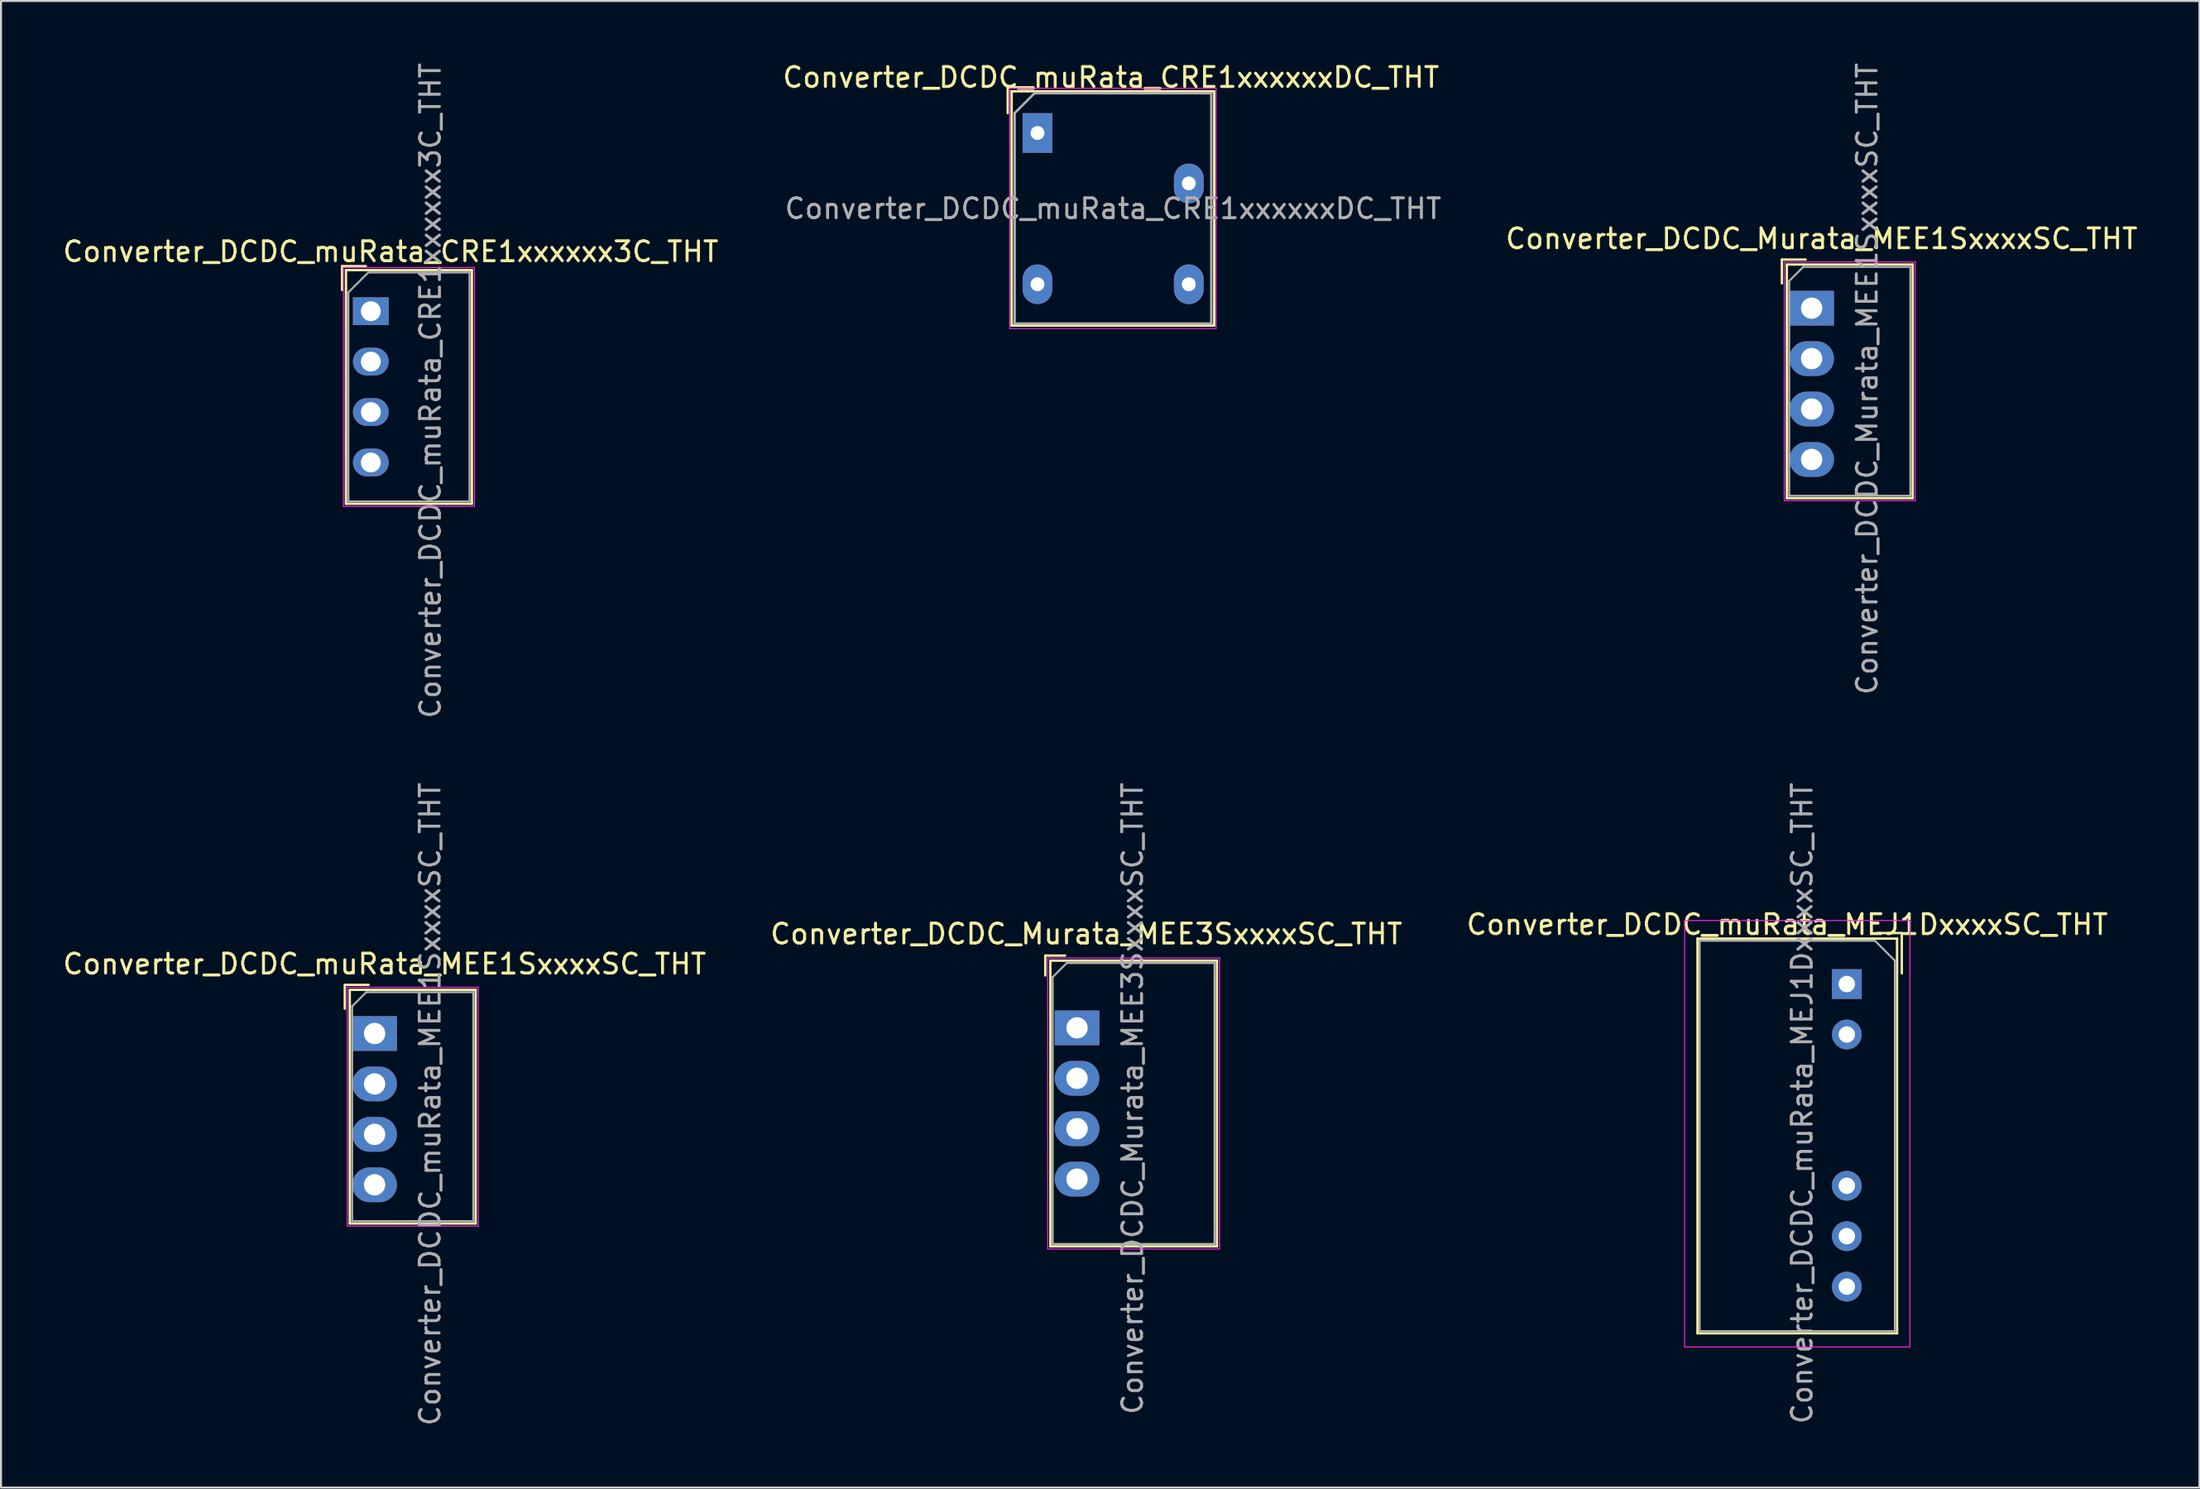
<source format=kicad_pcb>
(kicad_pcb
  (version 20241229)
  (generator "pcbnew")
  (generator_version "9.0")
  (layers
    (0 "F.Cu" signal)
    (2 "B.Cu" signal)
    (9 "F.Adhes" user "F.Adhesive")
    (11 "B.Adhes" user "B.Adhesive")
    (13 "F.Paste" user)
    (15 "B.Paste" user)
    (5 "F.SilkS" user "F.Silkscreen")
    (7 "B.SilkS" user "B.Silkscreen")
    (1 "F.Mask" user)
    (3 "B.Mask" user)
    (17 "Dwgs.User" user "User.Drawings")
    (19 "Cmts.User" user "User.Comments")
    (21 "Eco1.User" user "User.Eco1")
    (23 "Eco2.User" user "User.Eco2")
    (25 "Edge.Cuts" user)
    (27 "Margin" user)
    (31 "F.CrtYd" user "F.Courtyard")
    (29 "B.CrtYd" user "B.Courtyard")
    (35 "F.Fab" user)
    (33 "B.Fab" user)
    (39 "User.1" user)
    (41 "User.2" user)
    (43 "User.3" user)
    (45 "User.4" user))
  (footprint "Converter_DCDC_muRata_CRE1xxxxxx3C_THT"
    (layer "F.Cu")
    (at 15.625 12.625)
    (property "Reference" "Converter_DCDC_muRata_CRE1xxxxxx3C_THT" (at 1 -3 0) (layer "F.SilkS") (effects (font (size 1 1) (thickness 0.15))))
    (attr through_hole)
    (fp_line (start -1.45 -2.27) (end -1.45 -1.07) (stroke (width 0.12) (type solid)) (layer "F.SilkS"))
    (fp_line (start -1.25 -2.07) (end -1.25 9.7) (stroke (width 0.12) (type solid)) (layer "F.SilkS"))
    (fp_line (start -0.25 -2.27) (end -1.45 -2.27) (stroke (width 0.12) (type solid)) (layer "F.SilkS"))
    (fp_line (start 5.09 -2.07) (end -1.25 -2.07) (stroke (width 0.12) (type solid)) (layer "F.SilkS"))
    (fp_line (start 5.09 -2.07) (end 5.09 9.7) (stroke (width 0.12) (type solid)) (layer "F.SilkS"))
    (fp_line (start 5.09 9.7) (end -1.25 9.7) (stroke (width 0.12) (type solid)) (layer "F.SilkS"))
    (fp_line (start -1.38 -2.2) (end -1.38 9.83) (stroke (width 0.05) (type solid)) (layer "F.CrtYd"))
    (fp_line (start 5.22 -2.2) (end -1.38 -2.2) (stroke (width 0.05) (type solid)) (layer "F.CrtYd"))
    (fp_line (start 5.22 -2.2) (end 5.22 9.83) (stroke (width 0.05) (type solid)) (layer "F.CrtYd"))
    (fp_line (start 5.22 9.83) (end -1.38 9.83) (stroke (width 0.05) (type solid)) (layer "F.CrtYd"))
    (fp_line (start -1.13 -0.95) (end -1.13 9.58) (stroke (width 0.1) (type solid)) (layer "F.Fab"))
    (fp_line (start -1.13 9.58) (end 4.97 9.58) (stroke (width 0.1) (type solid)) (layer "F.Fab"))
    (fp_line (start -0.13 -1.95) (end -1.13 -0.95) (stroke (width 0.1) (type solid)) (layer "F.Fab"))
    (fp_line (start -0.13 -1.95) (end 4.97 -1.95) (stroke (width 0.1) (type solid)) (layer "F.Fab"))
    (fp_line (start 4.97 -1.95) (end 4.97 9.58) (stroke (width 0.1) (type solid)) (layer "F.Fab"))
    (fp_text user "${REFERENCE}" (at 3 4 90) (layer "F.Fab") (effects (font (size 1 1) (thickness 0.15))))
    (pad "1" thru_hole rect (at 0 0 270) (size 1.4 1.8) (drill 1) (layers "*.Cu" "*.Mask"))
    (pad "2" thru_hole oval (at 0 2.54 270) (size 1.4 1.8) (drill 1) (layers "*.Cu" "*.Mask"))
    (pad "3" thru_hole oval (at 0 5.08 270) (size 1.4 1.8) (drill 1) (layers "*.Cu" "*.Mask"))
    (pad "4" thru_hole oval (at 0 7.62 270) (size 1.4 1.8) (drill 1) (layers "*.Cu" "*.Mask")))
  (footprint "Converter_DCDC_Murata_MEE3SxxxxSC_THT"
    (layer "F.Cu")
    (at 51.191 48.724)
    (property "Reference" "Converter_DCDC_Murata_MEE3SxxxxSC_THT" (at 0.47 -4.73 180) (layer "F.SilkS") (effects (font (size 1 1) (thickness 0.15))))
    (attr through_hole)
    (fp_line (start -1.6 -3.64) (end -1.6 -2.64) (stroke (width 0.12) (type solid)) (layer "F.SilkS"))
    (fp_line (start -1.345 -3.385) (end -1.345 11.005) (stroke (width 0.12) (type solid)) (layer "F.SilkS"))
    (fp_line (start -0.6 -3.64) (end -1.6 -3.64) (stroke (width 0.12) (type solid)) (layer "F.SilkS"))
    (fp_line (start 7.045 -3.385) (end -1.345 -3.385) (stroke (width 0.12) (type solid)) (layer "F.SilkS"))
    (fp_line (start 7.045 -3.385) (end 7.045 11.005) (stroke (width 0.12) (type solid)) (layer "F.SilkS"))
    (fp_line (start 7.045 11.005) (end -1.345 11.005) (stroke (width 0.12) (type solid)) (layer "F.SilkS"))
    (fp_line (start -1.48 -3.52) (end -1.48 11.14) (stroke (width 0.05) (type solid)) (layer "F.CrtYd"))
    (fp_line (start 7.18 -3.52) (end -1.48 -3.52) (stroke (width 0.05) (type solid)) (layer "F.CrtYd"))
    (fp_line (start 7.18 -3.52) (end 7.18 11.14) (stroke (width 0.05) (type solid)) (layer "F.CrtYd"))
    (fp_line (start 7.18 11.14) (end -1.48 11.14) (stroke (width 0.05) (type solid)) (layer "F.CrtYd"))
    (fp_line (start -1.225 -2.558) (end -1.225 10.885) (stroke (width 0.1) (type solid)) (layer "F.Fab"))
    (fp_line (start -1.225 -2.558) (end -0.518 -3.265) (stroke (width 0.1) (type solid)) (layer "F.Fab"))
    (fp_line (start -1.225 10.885) (end 6.925 10.885) (stroke (width 0.1) (type solid)) (layer "F.Fab"))
    (fp_line (start -0.518 -3.265) (end 6.925 -3.265) (stroke (width 0.1) (type solid)) (layer "F.Fab"))
    (fp_line (start 6.925 -3.265) (end 6.925 10.885) (stroke (width 0.1) (type solid)) (layer "F.Fab"))
    (fp_text user "${REFERENCE}" (at 2.794 3.556 270) (layer "F.Fab") (effects (font (size 1 1) (thickness 0.15))))
    (pad "1" thru_hole rect (at 0 0 270) (size 1.75 2.25) (drill 1.075) (layers "*.Cu" "*.Mask"))
    (pad "2" thru_hole oval (at 0 2.54 270) (size 1.75 2.25) (drill 1.075) (layers "*.Cu" "*.Mask"))
    (pad "3" thru_hole oval (at 0 5.08 270) (size 1.75 2.25) (drill 1.075) (layers "*.Cu" "*.Mask"))
    (pad "4" thru_hole oval (at 0 7.62 270) (size 1.75 2.25) (drill 1.075) (layers "*.Cu" "*.Mask")))
  (footprint "Converter_DCDC_muRata_MEE1SxxxxSC_THT"
    (layer "F.Cu")
    (at 15.815 49.009)
    (property "Reference" "Converter_DCDC_muRata_MEE1SxxxxSC_THT" (at 0.5 -3.5 180) (layer "F.SilkS") (effects (font (size 1 1) (thickness 0.15))))
    (attr through_hole)
    (fp_line (start -1.5 -2.45) (end -1.5 -1.25) (stroke (width 0.12) (type solid)) (layer "F.SilkS"))
    (fp_line (start -1.25 -2.2) (end -1.25 9.57) (stroke (width 0.12) (type solid)) (layer "F.SilkS"))
    (fp_line (start -0.3 -2.45) (end -1.5 -2.45) (stroke (width 0.12) (type solid)) (layer "F.SilkS"))
    (fp_line (start 5.09 -2.2) (end -1.25 -2.2) (stroke (width 0.12) (type solid)) (layer "F.SilkS"))
    (fp_line (start 5.09 -2.2) (end 5.09 9.57) (stroke (width 0.12) (type solid)) (layer "F.SilkS"))
    (fp_line (start 5.09 9.57) (end -1.25 9.57) (stroke (width 0.12) (type solid)) (layer "F.SilkS"))
    (fp_line (start -1.38 -2.33) (end -1.38 9.7) (stroke (width 0.05) (type solid)) (layer "F.CrtYd"))
    (fp_line (start 5.22 -2.33) (end -1.38 -2.33) (stroke (width 0.05) (type solid)) (layer "F.CrtYd"))
    (fp_line (start 5.22 -2.33) (end 5.22 9.7) (stroke (width 0.05) (type solid)) (layer "F.CrtYd"))
    (fp_line (start 5.22 9.7) (end -1.38 9.7) (stroke (width 0.05) (type solid)) (layer "F.CrtYd"))
    (fp_line (start -1.13 -1.373) (end -1.13 9.45) (stroke (width 0.1) (type solid)) (layer "F.Fab"))
    (fp_line (start -1.13 9.45) (end 4.97 9.45) (stroke (width 0.1) (type solid)) (layer "F.Fab"))
    (fp_line (start -0.423 -2.08) (end -1.13 -1.373) (stroke (width 0.1) (type solid)) (layer "F.Fab"))
    (fp_line (start -0.423 -2.08) (end 4.97 -2.08) (stroke (width 0.1) (type solid)) (layer "F.Fab"))
    (fp_line (start 4.97 -2.08) (end 4.97 9.45) (stroke (width 0.1) (type solid)) (layer "F.Fab"))
    (fp_text user "${REFERENCE}" (at 2.794 3.556 270) (layer "F.Fab") (effects (font (size 1 1) (thickness 0.15))))
    (pad "1" thru_hole rect (at 0 0 270) (size 1.75 2.25) (drill 1.075) (layers "*.Cu" "*.Mask"))
    (pad "2" thru_hole oval (at 0 2.54 270) (size 1.75 2.25) (drill 1.075) (layers "*.Cu" "*.Mask"))
    (pad "3" thru_hole oval (at 0 5.08 270) (size 1.75 2.25) (drill 1.075) (layers "*.Cu" "*.Mask"))
    (pad "4" thru_hole oval (at 0 7.62 270) (size 1.75 2.25) (drill 1.075) (layers "*.Cu" "*.Mask")))
  (footprint "Converter_DCDC_muRata_MEJ1DxxxxSC_THT"
    (layer "F.Cu")
    (at 89.958 46.518)
    (property "Reference" "Converter_DCDC_muRata_MEJ1DxxxxSC_THT" (at -3 -3 0) (layer "F.SilkS") (effects (font (size 1 1) (thickness 0.15))))
    (attr through_hole)
    (fp_line (start -7.52 -2.29) (end -7.52 17.59) (stroke (width 0.12) (type solid)) (layer "F.SilkS"))
    (fp_line (start -7.52 17.59) (end 2.53 17.59) (stroke (width 0.12) (type solid)) (layer "F.SilkS"))
    (fp_line (start 2.53 -2.29) (end -7.52 -2.29) (stroke (width 0.12) (type solid)) (layer "F.SilkS"))
    (fp_line (start 2.53 17.59) (end 2.53 -2.29) (stroke (width 0.12) (type solid)) (layer "F.SilkS"))
    (fp_line (start 2.77 -2.57) (end 1.54 -2.57) (stroke (width 0.12) (type solid)) (layer "F.SilkS"))
    (fp_line (start 2.77 -2.57) (end 2.77 -0.54) (stroke (width 0.12) (type solid)) (layer "F.SilkS"))
    (fp_line (start -8.17 -3.2) (end -8.17 18.28) (stroke (width 0.05) (type solid)) (layer "F.CrtYd"))
    (fp_line (start -8.17 18.28) (end 3.18 18.28) (stroke (width 0.05) (type solid)) (layer "F.CrtYd"))
    (fp_line (start 3.18 -3.2) (end -8.17 -3.2) (stroke (width 0.05) (type solid)) (layer "F.CrtYd"))
    (fp_line (start 3.18 18.28) (end 3.18 -3.2) (stroke (width 0.05) (type solid)) (layer "F.CrtYd"))
    (fp_line (start -7.41 -2.18) (end -7.41 17.48) (stroke (width 0.1) (type solid)) (layer "F.Fab"))
    (fp_line (start 1.42 -2.18) (end -7.41 -2.18) (stroke (width 0.1) (type solid)) (layer "F.Fab"))
    (fp_line (start 1.42 -2.18) (end 2.42 -1.18) (stroke (width 0.1) (type solid)) (layer "F.Fab"))
    (fp_line (start 2.42 -1.18) (end 2.42 17.48) (stroke (width 0.1) (type solid)) (layer "F.Fab"))
    (fp_line (start 2.42 17.48) (end -7.41 17.48) (stroke (width 0.1) (type solid)) (layer "F.Fab"))
    (fp_text user "${REFERENCE}" (at -2.25 6 90) (layer "F.Fab") (effects (font (size 1 1) (thickness 0.15))))
    (pad "1" thru_hole rect (at 0 0) (size 1.5 1.5) (drill 0.827) (layers "*.Cu" "*.Mask"))
    (pad "2" thru_hole oval (at 0 2.54) (size 1.5 1.5) (drill 0.827) (layers "*.Cu" "*.Mask"))
    (pad "5" thru_hole oval (at 0 10.16) (size 1.5 1.5) (drill 0.827) (layers "*.Cu" "*.Mask"))
    (pad "6" thru_hole oval (at 0 12.7) (size 1.5 1.5) (drill 0.827) (layers "*.Cu" "*.Mask"))
    (pad "7" thru_hole oval (at 0 15.24) (size 1.5 1.5) (drill 0.827) (layers "*.Cu" "*.Mask")))
  (footprint "Converter_DCDC_Murata_MEE1SxxxxSC_THT"
    (layer "F.Cu")
    (at 88.187 12.474)
    (property "Reference" "Converter_DCDC_Murata_MEE1SxxxxSC_THT" (at 0.5 -3.5 180) (layer "F.SilkS") (effects (font (size 1 1) (thickness 0.15))))
    (attr through_hole)
    (fp_line (start -1.5 -2.45) (end -1.5 -1.25) (stroke (width 0.12) (type solid)) (layer "F.SilkS"))
    (fp_line (start -1.25 -2.2) (end -1.25 9.57) (stroke (width 0.12) (type solid)) (layer "F.SilkS"))
    (fp_line (start -0.3 -2.45) (end -1.5 -2.45) (stroke (width 0.12) (type solid)) (layer "F.SilkS"))
    (fp_line (start 5.09 -2.2) (end -1.25 -2.2) (stroke (width 0.12) (type solid)) (layer "F.SilkS"))
    (fp_line (start 5.09 -2.2) (end 5.09 9.57) (stroke (width 0.12) (type solid)) (layer "F.SilkS"))
    (fp_line (start 5.09 9.57) (end -1.25 9.57) (stroke (width 0.12) (type solid)) (layer "F.SilkS"))
    (fp_line (start -1.38 -2.33) (end -1.38 9.7) (stroke (width 0.05) (type solid)) (layer "F.CrtYd"))
    (fp_line (start 5.22 -2.33) (end -1.38 -2.33) (stroke (width 0.05) (type solid)) (layer "F.CrtYd"))
    (fp_line (start 5.22 -2.33) (end 5.22 9.7) (stroke (width 0.05) (type solid)) (layer "F.CrtYd"))
    (fp_line (start 5.22 9.7) (end -1.38 9.7) (stroke (width 0.05) (type solid)) (layer "F.CrtYd"))
    (fp_line (start -1.13 -1.373) (end -1.13 9.45) (stroke (width 0.1) (type solid)) (layer "F.Fab"))
    (fp_line (start -1.13 9.45) (end 4.97 9.45) (stroke (width 0.1) (type solid)) (layer "F.Fab"))
    (fp_line (start -0.423 -2.08) (end -1.13 -1.373) (stroke (width 0.1) (type solid)) (layer "F.Fab"))
    (fp_line (start -0.423 -2.08) (end 4.97 -2.08) (stroke (width 0.1) (type solid)) (layer "F.Fab"))
    (fp_line (start 4.97 -2.08) (end 4.97 9.45) (stroke (width 0.1) (type solid)) (layer "F.Fab"))
    (fp_text user "${REFERENCE}" (at 2.794 3.556 270) (layer "F.Fab") (effects (font (size 1 1) (thickness 0.15))))
    (pad "1" thru_hole rect (at 0 0 270) (size 1.75 2.25) (drill 1.075) (layers "*.Cu" "*.Mask"))
    (pad "2" thru_hole oval (at 0 2.54 270) (size 1.75 2.25) (drill 1.075) (layers "*.Cu" "*.Mask"))
    (pad "3" thru_hole oval (at 0 5.08 270) (size 1.75 2.25) (drill 1.075) (layers "*.Cu" "*.Mask"))
    (pad "4" thru_hole oval (at 0 7.62 270) (size 1.75 2.25) (drill 1.075) (layers "*.Cu" "*.Mask")))
  (footprint "Converter_DCDC_muRata_CRE1xxxxxxDC_THT"
    (layer "F.Cu")
    (at 49.199 3.648)
    (property "Reference" "Converter_DCDC_muRata_CRE1xxxxxxDC_THT" (at 3.7 -2.8 0) (layer "F.SilkS") (effects (font (size 1 1) (thickness 0.15))))
    (attr through_hole)
    (fp_line (start -1.5 -1) (end -1.5 -2.3) (stroke (width 0.12) (type solid)) (layer "F.SilkS"))
    (fp_line (start -1.3 -2.1) (end 8.9 -2.1) (stroke (width 0.12) (type solid)) (layer "F.SilkS"))
    (fp_line (start -1.3 9.7) (end -1.3 -2.1) (stroke (width 0.12) (type solid)) (layer "F.SilkS"))
    (fp_line (start -0.2 -2.3) (end -1.5 -2.3) (stroke (width 0.12) (type solid)) (layer "F.SilkS"))
    (fp_line (start 8.9 -2.1) (end 8.9 9.7) (stroke (width 0.12) (type solid)) (layer "F.SilkS"))
    (fp_line (start 8.9 9.7) (end -1.3 9.7) (stroke (width 0.12) (type solid)) (layer "F.SilkS"))
    (fp_line (start -1.4 -2.25) (end -1.4 9.85) (stroke (width 0.05) (type solid)) (layer "F.CrtYd"))
    (fp_line (start -1.4 -2.25) (end 9 -2.25) (stroke (width 0.05) (type solid)) (layer "F.CrtYd"))
    (fp_line (start 9 9.85) (end -1.4 9.85) (stroke (width 0.05) (type solid)) (layer "F.CrtYd"))
    (fp_line (start 9 9.85) (end 9 -2.25) (stroke (width 0.05) (type solid)) (layer "F.CrtYd"))
    (fp_line (start -1.15 -1) (end -0.15 -2) (stroke (width 0.12) (type solid)) (layer "F.Fab"))
    (fp_line (start -1.15 9.6) (end -1.15 -1) (stroke (width 0.12) (type solid)) (layer "F.Fab"))
    (fp_line (start -0.15 -2) (end 8.75 -2) (stroke (width 0.12) (type solid)) (layer "F.Fab"))
    (fp_line (start 8.75 -2) (end 8.75 9.6) (stroke (width 0.12) (type solid)) (layer "F.Fab"))
    (fp_line (start 8.75 9.6) (end -1.15 9.6) (stroke (width 0.12) (type solid)) (layer "F.Fab"))
    (fp_text user "${REFERENCE}" (at 3.81 3.81 0) (layer "F.Fab") (effects (font (size 1 1) (thickness 0.15))))
    (pad "1" thru_hole rect (at 0 0) (size 1.5 2) (drill 0.7) (layers "*.Cu" "*.Mask"))
    (pad "4" thru_hole oval (at 0 7.62) (size 1.5 2) (drill 0.7) (layers "*.Cu" "*.Mask"))
    (pad "5" thru_hole oval (at 7.62 7.62) (size 1.5 2) (drill 0.7) (layers "*.Cu" "*.Mask"))
    (pad "7" thru_hole oval (at 7.62 2.54) (size 1.5 2) (drill 0.7) (layers "*.Cu" "*.Mask")))
  (gr_rect
    (start -3 -3)
    (end 107.717 71.881)
    (stroke (width 0.1) (type default))
    (fill no)
    (layer "Edge.Cuts")))
</source>
